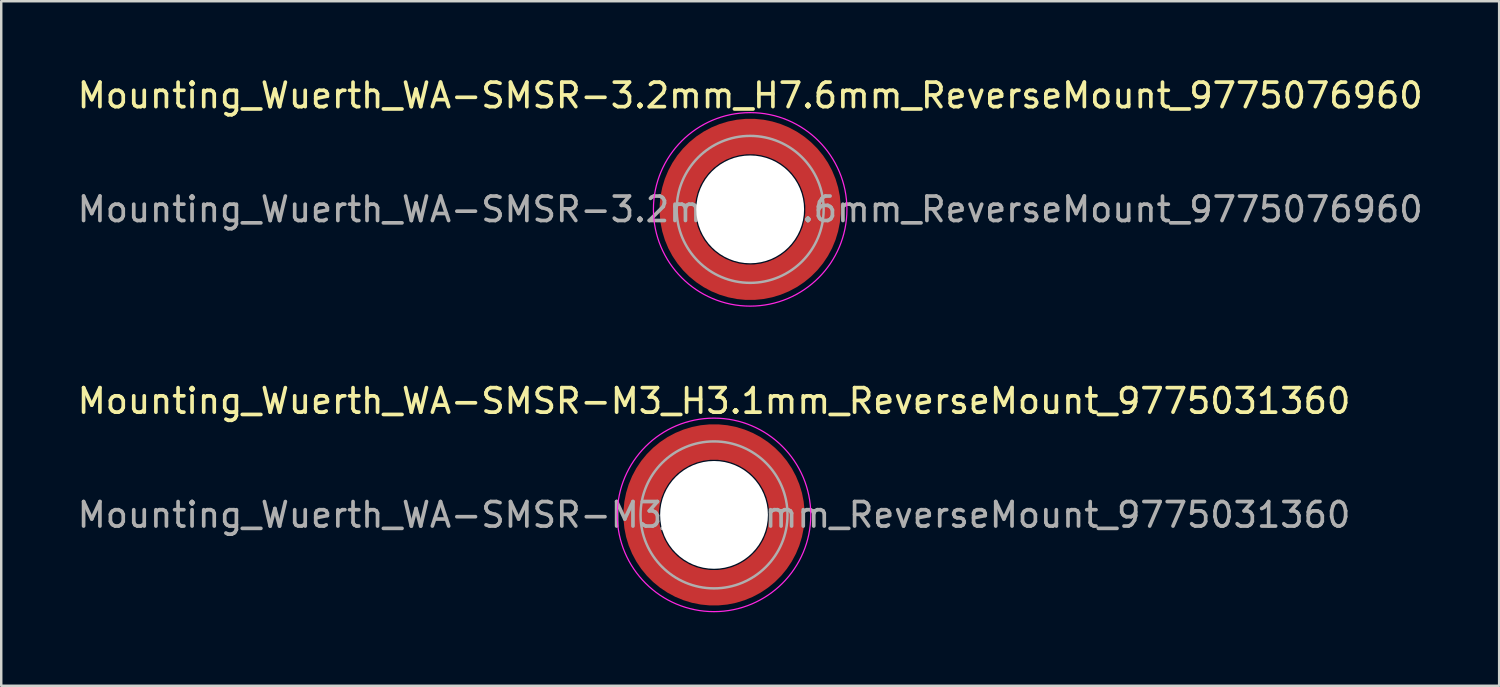
<source format=kicad_pcb>
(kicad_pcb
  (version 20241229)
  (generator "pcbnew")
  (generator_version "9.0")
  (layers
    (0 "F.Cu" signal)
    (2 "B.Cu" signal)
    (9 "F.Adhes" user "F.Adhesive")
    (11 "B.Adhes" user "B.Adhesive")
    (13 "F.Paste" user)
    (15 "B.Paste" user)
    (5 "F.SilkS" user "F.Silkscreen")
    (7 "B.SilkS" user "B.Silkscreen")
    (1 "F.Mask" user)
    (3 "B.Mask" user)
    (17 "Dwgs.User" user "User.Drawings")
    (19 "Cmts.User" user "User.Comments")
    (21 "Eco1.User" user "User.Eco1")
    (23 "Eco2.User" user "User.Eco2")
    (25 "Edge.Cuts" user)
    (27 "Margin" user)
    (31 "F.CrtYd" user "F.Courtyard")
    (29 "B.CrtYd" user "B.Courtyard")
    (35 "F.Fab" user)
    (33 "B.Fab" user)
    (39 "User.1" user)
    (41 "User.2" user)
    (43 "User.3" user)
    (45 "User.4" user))
  (footprint "Mounting_Wuerth_WA-SMSR-M3_H3.1mm_ReverseMount_9775031360"
    (layer "F.Cu")
    (at 26.101 17.971)
    (property "Reference" "Mounting_Wuerth_WA-SMSR-M3_H3.1mm_ReverseMount_9775031360" (at 0 -4.65 0) (layer "F.SilkS") (effects (font (size 1 1) (thickness 0.15))))
    (attr smd allow_soldermask_bridges)
    (fp_circle (center 0 0) (end 3.95 0) (stroke (width 0.05) (type solid)) (fill no) (layer "F.CrtYd"))
    (fp_circle (center 0 0) (end 3 0) (stroke (width 0.1) (type solid)) (fill no) (layer "F.Fab"))
    (fp_text user "${REFERENCE}" (at 0 0 0) (layer "F.Fab") (effects (font (size 1 1) (thickness 0.15))))
    (pad "" smd custom (at -2.095 -2.095) (size 0.672 0.672) (layers "F.Paste") (options (anchor circle)) (primitives (gr_arc (start -0.24231 1.594804) (mid 0.404819 0.404819) (end 1.594804 -0.24231) (width 0.2)) (gr_arc (start -0.3398 1.594804) (mid 0.337349 0.337349) (end 1.594804 -0.3398) (width 0.2)) (gr_arc (start -0.437132 1.594804) (mid 0.269879 0.269879) (end 1.594804 -0.437132) (width 0.2)) (gr_arc (start -0.534324 1.594804) (mid 0.202409 0.202409) (end 1.594804 -0.534324) (width 0.2)) (gr_arc (start -0.631391 1.594804) (mid 0.13494 0.13494) (end 1.594804 -0.631391) (width 0.2)) (gr_arc (start -0.728345 1.594804) (mid 0.06747 0.06747) (end 1.594804 -0.728345) (width 0.2)) (gr_arc (start -0.825197 1.594804) (mid 0 0) (end 1.594804 -0.825197) (width 0.2)) (gr_arc (start -0.921958 1.594804) (mid -0.06747 -0.06747) (end 1.594804 -0.921958) (width 0.2)) (gr_arc (start -1.018637 1.594804) (mid -0.13494 -0.13494) (end 1.594804 -1.018637) (width 0.2)) (gr_arc (start -1.115239 1.594804) (mid -0.202409 -0.202409) (end 1.594804 -1.115239) (width 0.2)) (gr_arc (start -1.211773 1.594804) (mid -0.269879 -0.269879) (end 1.594804 -1.211773) (width 0.2)) (gr_arc (start -1.308244 1.594804) (mid -0.337349 -0.337349) (end 1.594804 -1.308244) (width 0.2)) (gr_arc (start -1.404657 1.594804) (mid -0.404819 -0.404819) (end 1.594804 -1.404657) (width 0.2)) (gr_arc (start -1.404657 1.594804) (mid -0.404819 -0.404819) (end 1.594804 -1.404657) (width 0.2)) (gr_line (start 1.595 -0.242) (end 1.595 -1.405) (width 0.2)) (gr_line (start -0.242 1.595) (end -1.405 1.595) (width 0.2))))
    (pad "" smd custom (at -2.095 2.095) (size 0.672 0.672) (layers "F.Paste") (options (anchor circle)) (primitives (gr_arc (start 1.594804 0.24231) (mid 0.404819 -0.404819) (end -0.24231 -1.594804) (width 0.2)) (gr_arc (start 1.594804 0.3398) (mid 0.337349 -0.337349) (end -0.3398 -1.594804) (width 0.2)) (gr_arc (start 1.594804 0.437132) (mid 0.269879 -0.269879) (end -0.437132 -1.594804) (width 0.2)) (gr_arc (start 1.594804 0.534324) (mid 0.202409 -0.202409) (end -0.534324 -1.594804) (width 0.2)) (gr_arc (start 1.594804 0.631391) (mid 0.13494 -0.13494) (end -0.631391 -1.594804) (width 0.2)) (gr_arc (start 1.594804 0.728345) (mid 0.06747 -0.06747) (end -0.728345 -1.594804) (width 0.2)) (gr_arc (start 1.594804 0.825197) (mid 0 0) (end -0.825197 -1.594804) (width 0.2)) (gr_arc (start 1.594804 0.921958) (mid -0.06747 0.06747) (end -0.921958 -1.594804) (width 0.2)) (gr_arc (start 1.594804 1.018637) (mid -0.13494 0.13494) (end -1.018637 -1.594804) (width 0.2)) (gr_arc (start 1.594804 1.115239) (mid -0.202409 0.202409) (end -1.115239 -1.594804) (width 0.2)) (gr_arc (start 1.594804 1.211773) (mid -0.269879 0.269879) (end -1.211773 -1.594804) (width 0.2)) (gr_arc (start 1.594804 1.308244) (mid -0.337349 0.337349) (end -1.308244 -1.594804) (width 0.2)) (gr_arc (start 1.594804 1.404657) (mid -0.404819 0.404819) (end -1.404657 -1.594804) (width 0.2)) (gr_arc (start 1.594804 1.404657) (mid -0.404819 0.404819) (end -1.404657 -1.594804) (width 0.2)) (gr_line (start -0.242 -1.595) (end -1.405 -1.595) (width 0.2)) (gr_line (start 1.595 0.242) (end 1.595 1.405) (width 0.2))))
    (pad "" np_thru_hole circle (at 0 0) (size 4.4 4.4) (drill 4.4) (layers "*.Cu" "*.Mask"))
    (pad "" smd custom (at 2.095 -2.095) (size 0.672 0.672) (layers "F.Paste") (options (anchor circle)) (primitives (gr_arc (start -1.594804 -0.24231) (mid -0.404819 0.404819) (end 0.24231 1.594804) (width 0.2)) (gr_arc (start -1.594804 -0.3398) (mid -0.337349 0.337349) (end 0.3398 1.594804) (width 0.2)) (gr_arc (start -1.594804 -0.437132) (mid -0.269879 0.269879) (end 0.437132 1.594804) (width 0.2)) (gr_arc (start -1.594804 -0.534324) (mid -0.202409 0.202409) (end 0.534324 1.594804) (width 0.2)) (gr_arc (start -1.594804 -0.631391) (mid -0.13494 0.13494) (end 0.631391 1.594804) (width 0.2)) (gr_arc (start -1.594804 -0.728345) (mid -0.06747 0.06747) (end 0.728345 1.594804) (width 0.2)) (gr_arc (start -1.594804 -0.825197) (mid 0 0) (end 0.825197 1.594804) (width 0.2)) (gr_arc (start -1.594804 -0.921958) (mid 0.06747 -0.06747) (end 0.921958 1.594804) (width 0.2)) (gr_arc (start -1.594804 -1.018637) (mid 0.13494 -0.13494) (end 1.018637 1.594804) (width 0.2)) (gr_arc (start -1.594804 -1.115239) (mid 0.202409 -0.202409) (end 1.115239 1.594804) (width 0.2)) (gr_arc (start -1.594804 -1.211773) (mid 0.269879 -0.269879) (end 1.211773 1.594804) (width 0.2)) (gr_arc (start -1.594804 -1.308244) (mid 0.337349 -0.337349) (end 1.308244 1.594804) (width 0.2)) (gr_arc (start -1.594804 -1.404657) (mid 0.404819 -0.404819) (end 1.404657 1.594804) (width 0.2)) (gr_arc (start -1.594804 -1.404657) (mid 0.404819 -0.404819) (end 1.404657 1.594804) (width 0.2)) (gr_line (start 0.242 1.595) (end 1.405 1.595) (width 0.2)) (gr_line (start -1.595 -0.242) (end -1.595 -1.405) (width 0.2))))
    (pad "" smd custom (at 2.095 2.095) (size 0.672 0.672) (layers "F.Paste") (options (anchor circle)) (primitives (gr_arc (start 0.24231 -1.594804) (mid -0.404819 -0.404819) (end -1.594804 0.24231) (width 0.2)) (gr_arc (start 0.3398 -1.594804) (mid -0.337349 -0.337349) (end -1.594804 0.3398) (width 0.2)) (gr_arc (start 0.437132 -1.594804) (mid -0.269879 -0.269879) (end -1.594804 0.437132) (width 0.2)) (gr_arc (start 0.534324 -1.594804) (mid -0.202409 -0.202409) (end -1.594804 0.534324) (width 0.2)) (gr_arc (start 0.631391 -1.594804) (mid -0.13494 -0.13494) (end -1.594804 0.631391) (width 0.2)) (gr_arc (start 0.728345 -1.594804) (mid -0.06747 -0.06747) (end -1.594804 0.728345) (width 0.2)) (gr_arc (start 0.825197 -1.594804) (mid 0 0) (end -1.594804 0.825197) (width 0.2)) (gr_arc (start 0.921958 -1.594804) (mid 0.06747 0.06747) (end -1.594804 0.921958) (width 0.2)) (gr_arc (start 1.018637 -1.594804) (mid 0.13494 0.13494) (end -1.594804 1.018637) (width 0.2)) (gr_arc (start 1.115239 -1.594804) (mid 0.202409 0.202409) (end -1.594804 1.115239) (width 0.2)) (gr_arc (start 1.211773 -1.594804) (mid 0.269879 0.269879) (end -1.594804 1.211773) (width 0.2)) (gr_arc (start 1.308244 -1.594804) (mid 0.337349 0.337349) (end -1.594804 1.308244) (width 0.2)) (gr_arc (start 1.404657 -1.594804) (mid 0.404819 0.404819) (end -1.594804 1.404657) (width 0.2)) (gr_arc (start 1.404657 -1.594804) (mid 0.404819 0.404819) (end -1.594804 1.404657) (width 0.2)) (gr_line (start -1.595 0.242) (end -1.595 1.405) (width 0.2)) (gr_line (start 0.242 -1.595) (end 1.405 -1.595) (width 0.2))))
    (pad "1" smd circle (at -2.975 0) (size 0.942 0.942) (layers "F.Cu"))
    (pad "1" smd circle (at 0 -2.975) (size 0.942 0.942) (layers "F.Cu"))
    (pad "1" smd circle (at 0 2.975) (size 0.942 0.942) (layers "F.Cu"))
    (pad "1" smd custom (at 2.975 0) (size 1.45 1.45) (layers "F.Cu" "F.Mask") (options (anchor circle)) (primitives (gr_circle (center -2.975 0) (end 0 0) (width 1.45) (fill no)))))
  (footprint "Mounting_Wuerth_WA-SMSR-3.2mm_H7.6mm_ReverseMount_9775076960"
    (layer "F.Cu")
    (at 27.577 5.498)
    (property "Reference" "Mounting_Wuerth_WA-SMSR-3.2mm_H7.6mm_ReverseMount_9775076960" (at 0 -4.65 0) (layer "F.SilkS") (effects (font (size 1 1) (thickness 0.15))))
    (attr smd allow_soldermask_bridges)
    (fp_circle (center 0 0) (end 3.95 0) (stroke (width 0.05) (type solid)) (fill no) (layer "F.CrtYd"))
    (fp_circle (center 0 0) (end 3 0) (stroke (width 0.1) (type solid)) (fill no) (layer "F.Fab"))
    (fp_text user "${REFERENCE}" (at 0 0 0) (layer "F.Fab") (effects (font (size 1 1) (thickness 0.15))))
    (pad "" smd custom (at -2.095 -2.095) (size 0.672 0.672) (layers "F.Paste") (options (anchor circle)) (primitives (gr_arc (start -0.24231 1.594804) (mid 0.404819 0.404819) (end 1.594804 -0.24231) (width 0.2)) (gr_arc (start -0.3398 1.594804) (mid 0.337349 0.337349) (end 1.594804 -0.3398) (width 0.2)) (gr_arc (start -0.437132 1.594804) (mid 0.269879 0.269879) (end 1.594804 -0.437132) (width 0.2)) (gr_arc (start -0.534324 1.594804) (mid 0.202409 0.202409) (end 1.594804 -0.534324) (width 0.2)) (gr_arc (start -0.631391 1.594804) (mid 0.13494 0.13494) (end 1.594804 -0.631391) (width 0.2)) (gr_arc (start -0.728345 1.594804) (mid 0.06747 0.06747) (end 1.594804 -0.728345) (width 0.2)) (gr_arc (start -0.825197 1.594804) (mid 0 0) (end 1.594804 -0.825197) (width 0.2)) (gr_arc (start -0.921958 1.594804) (mid -0.06747 -0.06747) (end 1.594804 -0.921958) (width 0.2)) (gr_arc (start -1.018637 1.594804) (mid -0.13494 -0.13494) (end 1.594804 -1.018637) (width 0.2)) (gr_arc (start -1.115239 1.594804) (mid -0.202409 -0.202409) (end 1.594804 -1.115239) (width 0.2)) (gr_arc (start -1.211773 1.594804) (mid -0.269879 -0.269879) (end 1.594804 -1.211773) (width 0.2)) (gr_arc (start -1.308244 1.594804) (mid -0.337349 -0.337349) (end 1.594804 -1.308244) (width 0.2)) (gr_arc (start -1.404657 1.594804) (mid -0.404819 -0.404819) (end 1.594804 -1.404657) (width 0.2)) (gr_arc (start -1.404657 1.594804) (mid -0.404819 -0.404819) (end 1.594804 -1.404657) (width 0.2)) (gr_line (start 1.595 -0.242) (end 1.595 -1.405) (width 0.2)) (gr_line (start -0.242 1.595) (end -1.405 1.595) (width 0.2))))
    (pad "" smd custom (at -2.095 2.095) (size 0.672 0.672) (layers "F.Paste") (options (anchor circle)) (primitives (gr_arc (start 1.594804 0.24231) (mid 0.404819 -0.404819) (end -0.24231 -1.594804) (width 0.2)) (gr_arc (start 1.594804 0.3398) (mid 0.337349 -0.337349) (end -0.3398 -1.594804) (width 0.2)) (gr_arc (start 1.594804 0.437132) (mid 0.269879 -0.269879) (end -0.437132 -1.594804) (width 0.2)) (gr_arc (start 1.594804 0.534324) (mid 0.202409 -0.202409) (end -0.534324 -1.594804) (width 0.2)) (gr_arc (start 1.594804 0.631391) (mid 0.13494 -0.13494) (end -0.631391 -1.594804) (width 0.2)) (gr_arc (start 1.594804 0.728345) (mid 0.06747 -0.06747) (end -0.728345 -1.594804) (width 0.2)) (gr_arc (start 1.594804 0.825197) (mid 0 0) (end -0.825197 -1.594804) (width 0.2)) (gr_arc (start 1.594804 0.921958) (mid -0.06747 0.06747) (end -0.921958 -1.594804) (width 0.2)) (gr_arc (start 1.594804 1.018637) (mid -0.13494 0.13494) (end -1.018637 -1.594804) (width 0.2)) (gr_arc (start 1.594804 1.115239) (mid -0.202409 0.202409) (end -1.115239 -1.594804) (width 0.2)) (gr_arc (start 1.594804 1.211773) (mid -0.269879 0.269879) (end -1.211773 -1.594804) (width 0.2)) (gr_arc (start 1.594804 1.308244) (mid -0.337349 0.337349) (end -1.308244 -1.594804) (width 0.2)) (gr_arc (start 1.594804 1.404657) (mid -0.404819 0.404819) (end -1.404657 -1.594804) (width 0.2)) (gr_arc (start 1.594804 1.404657) (mid -0.404819 0.404819) (end -1.404657 -1.594804) (width 0.2)) (gr_line (start -0.242 -1.595) (end -1.405 -1.595) (width 0.2)) (gr_line (start 1.595 0.242) (end 1.595 1.405) (width 0.2))))
    (pad "" np_thru_hole circle (at 0 0) (size 4.4 4.4) (drill 4.4) (layers "*.Cu" "*.Mask"))
    (pad "" smd custom (at 2.095 -2.095) (size 0.672 0.672) (layers "F.Paste") (options (anchor circle)) (primitives (gr_arc (start -1.594804 -0.24231) (mid -0.404819 0.404819) (end 0.24231 1.594804) (width 0.2)) (gr_arc (start -1.594804 -0.3398) (mid -0.337349 0.337349) (end 0.3398 1.594804) (width 0.2)) (gr_arc (start -1.594804 -0.437132) (mid -0.269879 0.269879) (end 0.437132 1.594804) (width 0.2)) (gr_arc (start -1.594804 -0.534324) (mid -0.202409 0.202409) (end 0.534324 1.594804) (width 0.2)) (gr_arc (start -1.594804 -0.631391) (mid -0.13494 0.13494) (end 0.631391 1.594804) (width 0.2)) (gr_arc (start -1.594804 -0.728345) (mid -0.06747 0.06747) (end 0.728345 1.594804) (width 0.2)) (gr_arc (start -1.594804 -0.825197) (mid 0 0) (end 0.825197 1.594804) (width 0.2)) (gr_arc (start -1.594804 -0.921958) (mid 0.06747 -0.06747) (end 0.921958 1.594804) (width 0.2)) (gr_arc (start -1.594804 -1.018637) (mid 0.13494 -0.13494) (end 1.018637 1.594804) (width 0.2)) (gr_arc (start -1.594804 -1.115239) (mid 0.202409 -0.202409) (end 1.115239 1.594804) (width 0.2)) (gr_arc (start -1.594804 -1.211773) (mid 0.269879 -0.269879) (end 1.211773 1.594804) (width 0.2)) (gr_arc (start -1.594804 -1.308244) (mid 0.337349 -0.337349) (end 1.308244 1.594804) (width 0.2)) (gr_arc (start -1.594804 -1.404657) (mid 0.404819 -0.404819) (end 1.404657 1.594804) (width 0.2)) (gr_arc (start -1.594804 -1.404657) (mid 0.404819 -0.404819) (end 1.404657 1.594804) (width 0.2)) (gr_line (start 0.242 1.595) (end 1.405 1.595) (width 0.2)) (gr_line (start -1.595 -0.242) (end -1.595 -1.405) (width 0.2))))
    (pad "" smd custom (at 2.095 2.095) (size 0.672 0.672) (layers "F.Paste") (options (anchor circle)) (primitives (gr_arc (start 0.24231 -1.594804) (mid -0.404819 -0.404819) (end -1.594804 0.24231) (width 0.2)) (gr_arc (start 0.3398 -1.594804) (mid -0.337349 -0.337349) (end -1.594804 0.3398) (width 0.2)) (gr_arc (start 0.437132 -1.594804) (mid -0.269879 -0.269879) (end -1.594804 0.437132) (width 0.2)) (gr_arc (start 0.534324 -1.594804) (mid -0.202409 -0.202409) (end -1.594804 0.534324) (width 0.2)) (gr_arc (start 0.631391 -1.594804) (mid -0.13494 -0.13494) (end -1.594804 0.631391) (width 0.2)) (gr_arc (start 0.728345 -1.594804) (mid -0.06747 -0.06747) (end -1.594804 0.728345) (width 0.2)) (gr_arc (start 0.825197 -1.594804) (mid 0 0) (end -1.594804 0.825197) (width 0.2)) (gr_arc (start 0.921958 -1.594804) (mid 0.06747 0.06747) (end -1.594804 0.921958) (width 0.2)) (gr_arc (start 1.018637 -1.594804) (mid 0.13494 0.13494) (end -1.594804 1.018637) (width 0.2)) (gr_arc (start 1.115239 -1.594804) (mid 0.202409 0.202409) (end -1.594804 1.115239) (width 0.2)) (gr_arc (start 1.211773 -1.594804) (mid 0.269879 0.269879) (end -1.594804 1.211773) (width 0.2)) (gr_arc (start 1.308244 -1.594804) (mid 0.337349 0.337349) (end -1.594804 1.308244) (width 0.2)) (gr_arc (start 1.404657 -1.594804) (mid 0.404819 0.404819) (end -1.594804 1.404657) (width 0.2)) (gr_arc (start 1.404657 -1.594804) (mid 0.404819 0.404819) (end -1.594804 1.404657) (width 0.2)) (gr_line (start -1.595 0.242) (end -1.595 1.405) (width 0.2)) (gr_line (start 0.242 -1.595) (end 1.405 -1.595) (width 0.2))))
    (pad "1" smd circle (at -2.975 0) (size 0.942 0.942) (layers "F.Cu"))
    (pad "1" smd circle (at 0 -2.975) (size 0.942 0.942) (layers "F.Cu"))
    (pad "1" smd circle (at 0 2.975) (size 0.942 0.942) (layers "F.Cu"))
    (pad "1" smd custom (at 2.975 0) (size 1.45 1.45) (layers "F.Cu" "F.Mask") (options (anchor circle)) (primitives (gr_circle (center -2.975 0) (end 0 0) (width 1.45) (fill no)))))
  (gr_rect
    (start -3 -3)
    (end 58.155 24.947)
    (stroke (width 0.1) (type default))
    (fill no)
    (layer "Edge.Cuts")))
</source>
